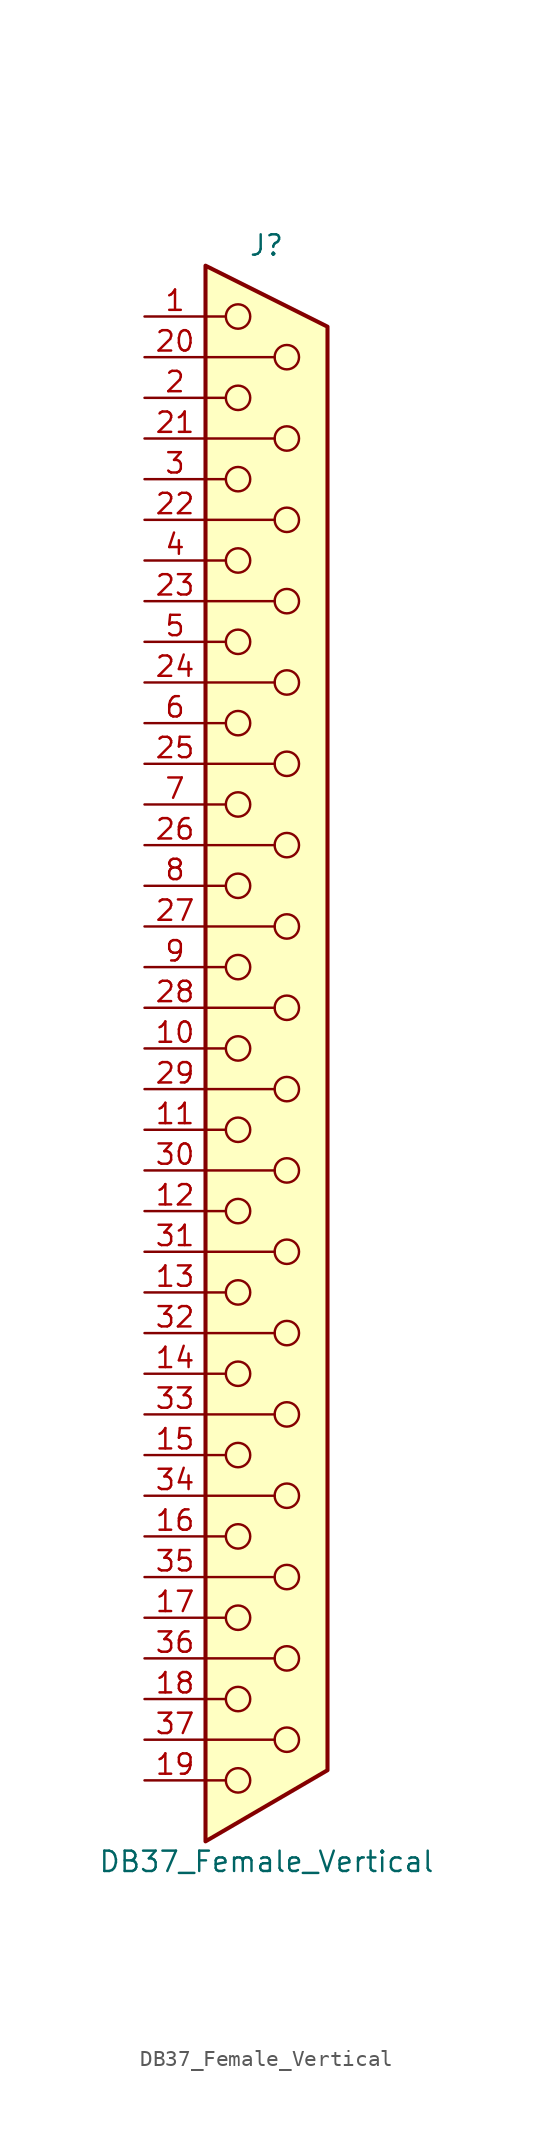
<source format=kicad_sym>
(kicad_symbol_lib
  (version 20220914)
  (generator kicad_symbol_editor)
  (symbol "DB37_Female_Vertical"
    (pin_names
      (offset 1.016) hide)
    (property "Reference" "J"
      (at 0 50.165 0)
      (effects (font (size 1.27 1.27))))
    (property "Value" "DB37_Female_Vertical"
      (at 0 -50.8 0)
      (effects (font (size 1.27 1.27))))
    (symbol "DB37_Female_Vertical_0_1"
      (circle (center -1.778 -45.72) (radius 0.762) (stroke (width 0) (type default)) (fill (type none)))
      (circle (center -1.778 -40.64) (radius 0.762) (stroke (width 0) (type default)) (fill (type none)))
      (circle (center -1.778 -35.56) (radius 0.762) (stroke (width 0) (type default)) (fill (type none)))
      (circle (center -1.778 -30.48) (radius 0.762) (stroke (width 0) (type default)) (fill (type none)))
      (circle (center -1.778 -25.4) (radius 0.762) (stroke (width 0) (type default)) (fill (type none)))
      (circle (center -1.778 -20.32) (radius 0.762) (stroke (width 0) (type default)) (fill (type none)))
      (circle (center -1.778 -15.24) (radius 0.762) (stroke (width 0) (type default)) (fill (type none)))
      (circle (center -1.778 -10.16) (radius 0.762) (stroke (width 0) (type default)) (fill (type none)))
      (circle (center -1.778 -5.08) (radius 0.762) (stroke (width 0) (type default)) (fill (type none)))
      (circle (center -1.778 0) (radius 0.762) (stroke (width 0) (type default)) (fill (type none)))
      (circle (center -1.778 5.08) (radius 0.762) (stroke (width 0) (type default)) (fill (type none)))
      (circle (center -1.778 10.16) (radius 0.762) (stroke (width 0) (type default)) (fill (type none)))
      (circle (center -1.778 15.24) (radius 0.762) (stroke (width 0) (type default)) (fill (type none)))
      (circle (center -1.778 20.32) (radius 0.762) (stroke (width 0) (type default)) (fill (type none)))
      (circle (center -1.778 25.4) (radius 0.762) (stroke (width 0) (type default)) (fill (type none)))
      (circle (center -1.778 30.48) (radius 0.762) (stroke (width 0) (type default)) (fill (type none)))
      (circle (center -1.778 35.56) (radius 0.762) (stroke (width 0) (type default)) (fill (type none)))
      (circle (center -1.778 40.64) (radius 0.762) (stroke (width 0) (type default)) (fill (type none)))
      (circle (center -1.778 45.72) (radius 0.762) (stroke (width 0) (type default)) (fill (type none)))
      (polyline (pts (xy -3.81 -45.72) (xy -2.54 -45.72)) (stroke (width 0) (type default)) (fill (type none)))
      (polyline (pts (xy -3.81 -43.18) (xy 0.508 -43.18)) (stroke (width 0) (type default)) (fill (type none)))
      (polyline (pts (xy -3.81 -40.64) (xy -2.54 -40.64)) (stroke (width 0) (type default)) (fill (type none)))
      (polyline (pts (xy -3.81 -38.1) (xy 0.508 -38.1)) (stroke (width 0) (type default)) (fill (type none)))
      (polyline (pts (xy -3.81 -35.56) (xy -2.54 -35.56)) (stroke (width 0) (type default)) (fill (type none)))
      (polyline (pts (xy -3.81 -33.02) (xy 0.508 -33.02)) (stroke (width 0) (type default)) (fill (type none)))
      (polyline (pts (xy -3.81 -30.48) (xy -2.54 -30.48)) (stroke (width 0) (type default)) (fill (type none)))
      (polyline (pts (xy -3.81 -27.94) (xy 0.508 -27.94)) (stroke (width 0) (type default)) (fill (type none)))
      (polyline (pts (xy -3.81 -25.4) (xy -2.54 -25.4)) (stroke (width 0) (type default)) (fill (type none)))
      (polyline (pts (xy -3.81 -22.86) (xy 0.508 -22.86)) (stroke (width 0) (type default)) (fill (type none)))
      (polyline (pts (xy -3.81 -20.32) (xy -2.54 -20.32)) (stroke (width 0) (type default)) (fill (type none)))
      (polyline (pts (xy -3.81 -17.78) (xy 0.508 -17.78)) (stroke (width 0) (type default)) (fill (type none)))
      (polyline (pts (xy -3.81 -15.24) (xy -2.54 -15.24)) (stroke (width 0) (type default)) (fill (type none)))
      (polyline (pts (xy -3.81 -12.7) (xy 0.508 -12.7)) (stroke (width 0) (type default)) (fill (type none)))
      (polyline (pts (xy -3.81 -10.16) (xy -2.54 -10.16)) (stroke (width 0) (type default)) (fill (type none)))
      (polyline (pts (xy -3.81 -7.62) (xy 0.508 -7.62)) (stroke (width 0) (type default)) (fill (type none)))
      (polyline (pts (xy -3.81 -5.08) (xy -2.54 -5.08)) (stroke (width 0) (type default)) (fill (type none)))
      (polyline (pts (xy -3.81 -2.54) (xy 0.508 -2.54)) (stroke (width 0) (type default)) (fill (type none)))
      (polyline (pts (xy -3.81 0) (xy -2.54 0)) (stroke (width 0) (type default)) (fill (type none)))
      (polyline (pts (xy -3.81 2.54) (xy 0.508 2.54)) (stroke (width 0) (type default)) (fill (type none)))
      (polyline (pts (xy -3.81 5.08) (xy -2.54 5.08)) (stroke (width 0) (type default)) (fill (type none)))
      (polyline (pts (xy -3.81 7.62) (xy 0.508 7.62)) (stroke (width 0) (type default)) (fill (type none)))
      (polyline (pts (xy -3.81 10.16) (xy -2.54 10.16)) (stroke (width 0) (type default)) (fill (type none)))
      (polyline (pts (xy -3.81 12.7) (xy 0.508 12.7)) (stroke (width 0) (type default)) (fill (type none)))
      (polyline (pts (xy -3.81 15.24) (xy -2.54 15.24)) (stroke (width 0) (type default)) (fill (type none)))
      (polyline (pts (xy -3.81 17.78) (xy 0.508 17.78)) (stroke (width 0) (type default)) (fill (type none)))
      (polyline (pts (xy -3.81 20.32) (xy -2.54 20.32)) (stroke (width 0) (type default)) (fill (type none)))
      (polyline (pts (xy -3.81 22.86) (xy 0.508 22.86)) (stroke (width 0) (type default)) (fill (type none)))
      (polyline (pts (xy -3.81 25.4) (xy -2.54 25.4)) (stroke (width 0) (type default)) (fill (type none)))
      (polyline (pts (xy -3.81 27.94) (xy 0.508 27.94)) (stroke (width 0) (type default)) (fill (type none)))
      (polyline (pts (xy -3.81 30.48) (xy -2.54 30.48)) (stroke (width 0) (type default)) (fill (type none)))
      (polyline (pts (xy -3.81 33.02) (xy 0.508 33.02)) (stroke (width 0) (type default)) (fill (type none)))
      (polyline (pts (xy -3.81 35.56) (xy -2.54 35.56)) (stroke (width 0) (type default)) (fill (type none)))
      (polyline (pts (xy -3.81 38.1) (xy 0.508 38.1)) (stroke (width 0) (type default)) (fill (type none)))
      (polyline (pts (xy -3.81 40.64) (xy -2.54 40.64)) (stroke (width 0) (type default)) (fill (type none)))
      (polyline (pts (xy -3.81 43.18) (xy 0.508 43.18)) (stroke (width 0) (type default)) (fill (type none)))
      (polyline (pts (xy -3.81 45.72) (xy -2.54 45.72)) (stroke (width 0) (type default)) (fill (type none)))
      (polyline (pts (xy -3.81 -49.53) (xy 3.81 -45.085) (xy 3.81 45.085) (xy -3.81 48.895) (xy -3.81 -49.53)) (stroke (width 0.254) (type default)) (fill (type background)))
      (circle (center 1.27 -43.18) (radius 0.762) (stroke (width 0) (type default)) (fill (type none)))
      (circle (center 1.27 -38.1) (radius 0.762) (stroke (width 0) (type default)) (fill (type none)))
      (circle (center 1.27 -33.02) (radius 0.762) (stroke (width 0) (type default)) (fill (type none)))
      (circle (center 1.27 -27.94) (radius 0.762) (stroke (width 0) (type default)) (fill (type none)))
      (circle (center 1.27 -22.86) (radius 0.762) (stroke (width 0) (type default)) (fill (type none)))
      (circle (center 1.27 -17.78) (radius 0.762) (stroke (width 0) (type default)) (fill (type none)))
      (circle (center 1.27 -12.7) (radius 0.762) (stroke (width 0) (type default)) (fill (type none)))
      (circle (center 1.27 -7.62) (radius 0.762) (stroke (width 0) (type default)) (fill (type none)))
      (circle (center 1.27 -2.54) (radius 0.762) (stroke (width 0) (type default)) (fill (type none)))
      (circle (center 1.27 2.54) (radius 0.762) (stroke (width 0) (type default)) (fill (type none)))
      (circle (center 1.27 7.62) (radius 0.762) (stroke (width 0) (type default)) (fill (type none)))
      (circle (center 1.27 12.7) (radius 0.762) (stroke (width 0) (type default)) (fill (type none)))
      (circle (center 1.27 17.78) (radius 0.762) (stroke (width 0) (type default)) (fill (type none)))
      (circle (center 1.27 22.86) (radius 0.762) (stroke (width 0) (type default)) (fill (type none)))
      (circle (center 1.27 27.94) (radius 0.762) (stroke (width 0) (type default)) (fill (type none)))
      (circle (center 1.27 33.02) (radius 0.762) (stroke (width 0) (type default)) (fill (type none)))
      (circle (center 1.27 38.1) (radius 0.762) (stroke (width 0) (type default)) (fill (type none)))
      (circle (center 1.27 43.18) (radius 0.762) (stroke (width 0) (type default)) (fill (type none))))
    (symbol "DB37_Female_Vertical_1_1"
      (pin passive line (at -7.62 45.72 0) (length 3.81) (name "1" (effects (font (size 1.27 1.27)))) (number "1" (effects (font (size 1.27 1.27)))))
      (pin passive line (at -7.62 0 0) (length 3.81) (name "10" (effects (font (size 1.27 1.27)))) (number "10" (effects (font (size 1.27 1.27)))))
      (pin passive line (at -7.62 -5.08 0) (length 3.81) (name "11" (effects (font (size 1.27 1.27)))) (number "11" (effects (font (size 1.27 1.27)))))
      (pin passive line (at -7.62 -10.16 0) (length 3.81) (name "12" (effects (font (size 1.27 1.27)))) (number "12" (effects (font (size 1.27 1.27)))))
      (pin passive line (at -7.62 -15.24 0) (length 3.81) (name "13" (effects (font (size 1.27 1.27)))) (number "13" (effects (font (size 1.27 1.27)))))
      (pin passive line (at -7.62 -20.32 0) (length 3.81) (name "14" (effects (font (size 1.27 1.27)))) (number "14" (effects (font (size 1.27 1.27)))))
      (pin passive line (at -7.62 -25.4 0) (length 3.81) (name "15" (effects (font (size 1.27 1.27)))) (number "15" (effects (font (size 1.27 1.27)))))
      (pin passive line (at -7.62 -30.48 0) (length 3.81) (name "16" (effects (font (size 1.27 1.27)))) (number "16" (effects (font (size 1.27 1.27)))))
      (pin passive line (at -7.62 -35.56 0) (length 3.81) (name "17" (effects (font (size 1.27 1.27)))) (number "17" (effects (font (size 1.27 1.27)))))
      (pin passive line (at -7.62 -40.64 0) (length 3.81) (name "18" (effects (font (size 1.27 1.27)))) (number "18" (effects (font (size 1.27 1.27)))))
      (pin passive line (at -7.62 -45.72 0) (length 3.81) (name "19" (effects (font (size 1.27 1.27)))) (number "19" (effects (font (size 1.27 1.27)))))
      (pin passive line (at -7.62 40.64 0) (length 3.81) (name "2" (effects (font (size 1.27 1.27)))) (number "2" (effects (font (size 1.27 1.27)))))
      (pin passive line (at -7.62 43.18 0) (length 3.81) (name "20" (effects (font (size 1.27 1.27)))) (number "20" (effects (font (size 1.27 1.27)))))
      (pin passive line (at -7.62 38.1 0) (length 3.81) (name "21" (effects (font (size 1.27 1.27)))) (number "21" (effects (font (size 1.27 1.27)))))
      (pin passive line (at -7.62 33.02 0) (length 3.81) (name "22" (effects (font (size 1.27 1.27)))) (number "22" (effects (font (size 1.27 1.27)))))
      (pin passive line (at -7.62 27.94 0) (length 3.81) (name "23" (effects (font (size 1.27 1.27)))) (number "23" (effects (font (size 1.27 1.27)))))
      (pin passive line (at -7.62 22.86 0) (length 3.81) (name "24" (effects (font (size 1.27 1.27)))) (number "24" (effects (font (size 1.27 1.27)))))
      (pin passive line (at -7.62 17.78 0) (length 3.81) (name "25" (effects (font (size 1.27 1.27)))) (number "25" (effects (font (size 1.27 1.27)))))
      (pin passive line (at -7.62 12.7 0) (length 3.81) (name "26" (effects (font (size 1.27 1.27)))) (number "26" (effects (font (size 1.27 1.27)))))
      (pin passive line (at -7.62 7.62 0) (length 3.81) (name "27" (effects (font (size 1.27 1.27)))) (number "27" (effects (font (size 1.27 1.27)))))
      (pin passive line (at -7.62 2.54 0) (length 3.81) (name "28" (effects (font (size 1.27 1.27)))) (number "28" (effects (font (size 1.27 1.27)))))
      (pin passive line (at -7.62 -2.54 0) (length 3.81) (name "29" (effects (font (size 1.27 1.27)))) (number "29" (effects (font (size 1.27 1.27)))))
      (pin passive line (at -7.62 35.56 0) (length 3.81) (name "3" (effects (font (size 1.27 1.27)))) (number "3" (effects (font (size 1.27 1.27)))))
      (pin passive line (at -7.62 -7.62 0) (length 3.81) (name "30" (effects (font (size 1.27 1.27)))) (number "30" (effects (font (size 1.27 1.27)))))
      (pin passive line (at -7.62 -12.7 0) (length 3.81) (name "31" (effects (font (size 1.27 1.27)))) (number "31" (effects (font (size 1.27 1.27)))))
      (pin passive line (at -7.62 -17.78 0) (length 3.81) (name "32" (effects (font (size 1.27 1.27)))) (number "32" (effects (font (size 1.27 1.27)))))
      (pin passive line (at -7.62 -22.86 0) (length 3.81) (name "33" (effects (font (size 1.27 1.27)))) (number "33" (effects (font (size 1.27 1.27)))))
      (pin passive line (at -7.62 -27.94 0) (length 3.81) (name "34" (effects (font (size 1.27 1.27)))) (number "34" (effects (font (size 1.27 1.27)))))
      (pin passive line (at -7.62 -33.02 0) (length 3.81) (name "35" (effects (font (size 1.27 1.27)))) (number "35" (effects (font (size 1.27 1.27)))))
      (pin passive line (at -7.62 -38.1 0) (length 3.81) (name "36" (effects (font (size 1.27 1.27)))) (number "36" (effects (font (size 1.27 1.27)))))
      (pin passive line (at -7.62 -43.18 0) (length 3.81) (name "37" (effects (font (size 1.27 1.27)))) (number "37" (effects (font (size 1.27 1.27)))))
      (pin passive line (at -7.62 30.48 0) (length 3.81) (name "4" (effects (font (size 1.27 1.27)))) (number "4" (effects (font (size 1.27 1.27)))))
      (pin passive line (at -7.62 25.4 0) (length 3.81) (name "5" (effects (font (size 1.27 1.27)))) (number "5" (effects (font (size 1.27 1.27)))))
      (pin passive line (at -7.62 20.32 0) (length 3.81) (name "6" (effects (font (size 1.27 1.27)))) (number "6" (effects (font (size 1.27 1.27)))))
      (pin passive line (at -7.62 15.24 0) (length 3.81) (name "7" (effects (font (size 1.27 1.27)))) (number "7" (effects (font (size 1.27 1.27)))))
      (pin passive line (at -7.62 10.16 0) (length 3.81) (name "8" (effects (font (size 1.27 1.27)))) (number "8" (effects (font (size 1.27 1.27)))))
      (pin passive line (at -7.62 5.08 0) (length 3.81) (name "9" (effects (font (size 1.27 1.27)))) (number "9" (effects (font (size 1.27 1.27))))))))
</source>
